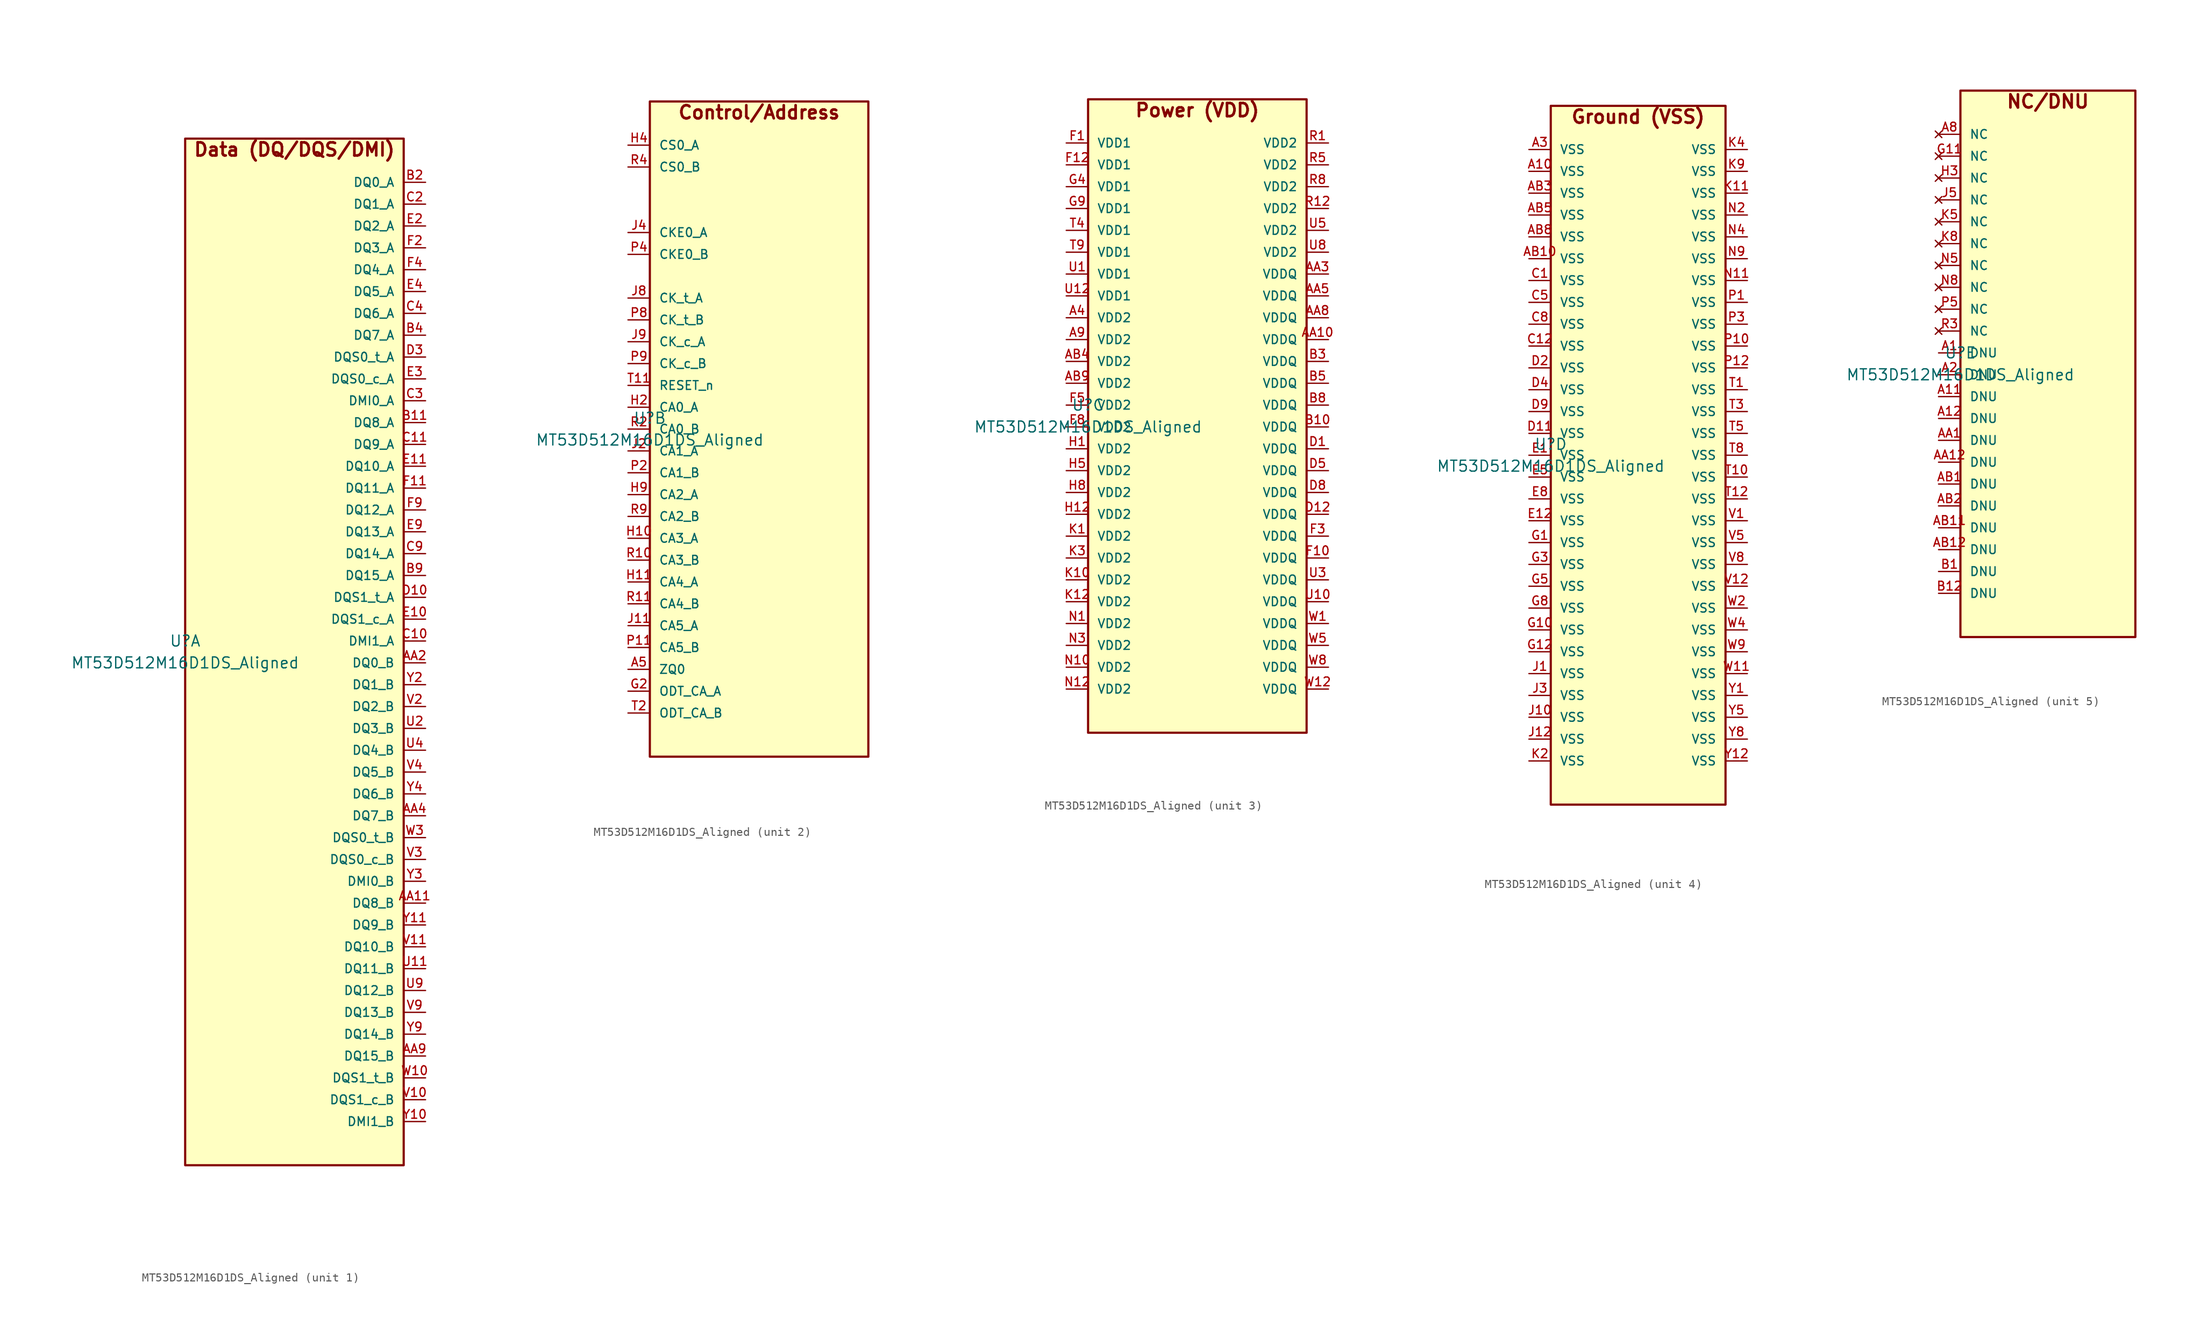
<source format=kicad_sym>
(kicad_symbol_lib
  (version 20231120)
  (generator "kicad_symbol_editor")
  (generator_version "8.0")
  (symbol "MT53D512M16D1DS_Aligned"
    (pin_names
      (offset 1.016))
    (property "Reference" "U"
      (at 0 1.27 0)
      (effects (font (size 1.27 1.27))))
    (property "Value" "MT53D512M16D1DS_Aligned"
      (at 0 -1.27 0)
      (effects (font (size 1.27 1.27))))
    (symbol "MT53D512M16D1DS_Aligned_1_1"
      (rectangle (start 0 59.69) (end 25.40 -59.69) (stroke (width 0.254) (type default)) (fill (type background)))
      (text "Data (DQ/DQS/DMI)" (at 12.70 58.42 0) (effects (font (size 1.524 1.524) bold)))
      (pin bidirectional line (at 27.94 54.61 180) (length 2.54) (name "DQ0_A" (effects (font (size 1.016 1.016)))) (number "B2" (effects (font (size 1.016 1.016)))))
      (pin bidirectional line (at 27.94 52.07 180) (length 2.54) (name "DQ1_A" (effects (font (size 1.016 1.016)))) (number "C2" (effects (font (size 1.016 1.016)))))
      (pin bidirectional line (at 27.94 49.53 180) (length 2.54) (name "DQ2_A" (effects (font (size 1.016 1.016)))) (number "E2" (effects (font (size 1.016 1.016)))))
      (pin bidirectional line (at 27.94 46.99 180) (length 2.54) (name "DQ3_A" (effects (font (size 1.016 1.016)))) (number "F2" (effects (font (size 1.016 1.016)))))
      (pin bidirectional line (at 27.94 44.45 180) (length 2.54) (name "DQ4_A" (effects (font (size 1.016 1.016)))) (number "F4" (effects (font (size 1.016 1.016)))))
      (pin bidirectional line (at 27.94 41.91 180) (length 2.54) (name "DQ5_A" (effects (font (size 1.016 1.016)))) (number "E4" (effects (font (size 1.016 1.016)))))
      (pin bidirectional line (at 27.94 39.37 180) (length 2.54) (name "DQ6_A" (effects (font (size 1.016 1.016)))) (number "C4" (effects (font (size 1.016 1.016)))))
      (pin bidirectional line (at 27.94 36.83 180) (length 2.54) (name "DQ7_A" (effects (font (size 1.016 1.016)))) (number "B4" (effects (font (size 1.016 1.016)))))
      (pin bidirectional line (at 27.94 34.29 180) (length 2.54) (name "DQS0_t_A" (effects (font (size 1.016 1.016)))) (number "D3" (effects (font (size 1.016 1.016)))))
      (pin bidirectional line (at 27.94 31.75 180) (length 2.54) (name "DQS0_c_A" (effects (font (size 1.016 1.016)))) (number "E3" (effects (font (size 1.016 1.016)))))
      (pin bidirectional line (at 27.94 29.21 180) (length 2.54) (name "DMI0_A" (effects (font (size 1.016 1.016)))) (number "C3" (effects (font (size 1.016 1.016)))))
      (pin bidirectional line (at 27.94 26.67 180) (length 2.54) (name "DQ8_A" (effects (font (size 1.016 1.016)))) (number "B11" (effects (font (size 1.016 1.016)))))
      (pin bidirectional line (at 27.94 24.13 180) (length 2.54) (name "DQ9_A" (effects (font (size 1.016 1.016)))) (number "C11" (effects (font (size 1.016 1.016)))))
      (pin bidirectional line (at 27.94 21.59 180) (length 2.54) (name "DQ10_A" (effects (font (size 1.016 1.016)))) (number "E11" (effects (font (size 1.016 1.016)))))
      (pin bidirectional line (at 27.94 19.05 180) (length 2.54) (name "DQ11_A" (effects (font (size 1.016 1.016)))) (number "F11" (effects (font (size 1.016 1.016)))))
      (pin bidirectional line (at 27.94 16.51 180) (length 2.54) (name "DQ12_A" (effects (font (size 1.016 1.016)))) (number "F9" (effects (font (size 1.016 1.016)))))
      (pin bidirectional line (at 27.94 13.97 180) (length 2.54) (name "DQ13_A" (effects (font (size 1.016 1.016)))) (number "E9" (effects (font (size 1.016 1.016)))))
      (pin bidirectional line (at 27.94 11.43 180) (length 2.54) (name "DQ14_A" (effects (font (size 1.016 1.016)))) (number "C9" (effects (font (size 1.016 1.016)))))
      (pin bidirectional line (at 27.94 8.89 180) (length 2.54) (name "DQ15_A" (effects (font (size 1.016 1.016)))) (number "B9" (effects (font (size 1.016 1.016)))))
      (pin bidirectional line (at 27.94 6.35 180) (length 2.54) (name "DQS1_t_A" (effects (font (size 1.016 1.016)))) (number "D10" (effects (font (size 1.016 1.016)))))
      (pin bidirectional line (at 27.94 3.81 180) (length 2.54) (name "DQS1_c_A" (effects (font (size 1.016 1.016)))) (number "E10" (effects (font (size 1.016 1.016)))))
      (pin bidirectional line (at 27.94 1.27 180) (length 2.54) (name "DMI1_A" (effects (font (size 1.016 1.016)))) (number "C10" (effects (font (size 1.016 1.016)))))
      (pin bidirectional line (at 27.94 -1.27 180) (length 2.54) (name "DQ0_B" (effects (font (size 1.016 1.016)))) (number "AA2" (effects (font (size 1.016 1.016)))))
      (pin bidirectional line (at 27.94 -3.81 180) (length 2.54) (name "DQ1_B" (effects (font (size 1.016 1.016)))) (number "Y2" (effects (font (size 1.016 1.016)))))
      (pin bidirectional line (at 27.94 -6.35 180) (length 2.54) (name "DQ2_B" (effects (font (size 1.016 1.016)))) (number "V2" (effects (font (size 1.016 1.016)))))
      (pin bidirectional line (at 27.94 -8.89 180) (length 2.54) (name "DQ3_B" (effects (font (size 1.016 1.016)))) (number "U2" (effects (font (size 1.016 1.016)))))
      (pin bidirectional line (at 27.94 -11.43 180) (length 2.54) (name "DQ4_B" (effects (font (size 1.016 1.016)))) (number "U4" (effects (font (size 1.016 1.016)))))
      (pin bidirectional line (at 27.94 -13.97 180) (length 2.54) (name "DQ5_B" (effects (font (size 1.016 1.016)))) (number "V4" (effects (font (size 1.016 1.016)))))
      (pin bidirectional line (at 27.94 -16.51 180) (length 2.54) (name "DQ6_B" (effects (font (size 1.016 1.016)))) (number "Y4" (effects (font (size 1.016 1.016)))))
      (pin bidirectional line (at 27.94 -19.05 180) (length 2.54) (name "DQ7_B" (effects (font (size 1.016 1.016)))) (number "AA4" (effects (font (size 1.016 1.016)))))
      (pin bidirectional line (at 27.94 -21.59 180) (length 2.54) (name "DQS0_t_B" (effects (font (size 1.016 1.016)))) (number "W3" (effects (font (size 1.016 1.016)))))
      (pin bidirectional line (at 27.94 -24.13 180) (length 2.54) (name "DQS0_c_B" (effects (font (size 1.016 1.016)))) (number "V3" (effects (font (size 1.016 1.016)))))
      (pin bidirectional line (at 27.94 -26.67 180) (length 2.54) (name "DMI0_B" (effects (font (size 1.016 1.016)))) (number "Y3" (effects (font (size 1.016 1.016)))))
      (pin bidirectional line (at 27.94 -29.21 180) (length 2.54) (name "DQ8_B" (effects (font (size 1.016 1.016)))) (number "AA11" (effects (font (size 1.016 1.016)))))
      (pin bidirectional line (at 27.94 -31.75 180) (length 2.54) (name "DQ9_B" (effects (font (size 1.016 1.016)))) (number "Y11" (effects (font (size 1.016 1.016)))))
      (pin bidirectional line (at 27.94 -34.29 180) (length 2.54) (name "DQ10_B" (effects (font (size 1.016 1.016)))) (number "V11" (effects (font (size 1.016 1.016)))))
      (pin bidirectional line (at 27.94 -36.83 180) (length 2.54) (name "DQ11_B" (effects (font (size 1.016 1.016)))) (number "U11" (effects (font (size 1.016 1.016)))))
      (pin bidirectional line (at 27.94 -39.37 180) (length 2.54) (name "DQ12_B" (effects (font (size 1.016 1.016)))) (number "U9" (effects (font (size 1.016 1.016)))))
      (pin bidirectional line (at 27.94 -41.91 180) (length 2.54) (name "DQ13_B" (effects (font (size 1.016 1.016)))) (number "V9" (effects (font (size 1.016 1.016)))))
      (pin bidirectional line (at 27.94 -44.45 180) (length 2.54) (name "DQ14_B" (effects (font (size 1.016 1.016)))) (number "Y9" (effects (font (size 1.016 1.016)))))
      (pin bidirectional line (at 27.94 -46.99 180) (length 2.54) (name "DQ15_B" (effects (font (size 1.016 1.016)))) (number "AA9" (effects (font (size 1.016 1.016)))))
      (pin bidirectional line (at 27.94 -49.53 180) (length 2.54) (name "DQS1_t_B" (effects (font (size 1.016 1.016)))) (number "W10" (effects (font (size 1.016 1.016)))))
      (pin bidirectional line (at 27.94 -52.07 180) (length 2.54) (name "DQS1_c_B" (effects (font (size 1.016 1.016)))) (number "V10" (effects (font (size 1.016 1.016)))))
      (pin bidirectional line (at 27.94 -54.61 180) (length 2.54) (name "DMI1_B" (effects (font (size 1.016 1.016)))) (number "Y10" (effects (font (size 1.016 1.016))))))
    (symbol "MT53D512M16D1DS_Aligned_2_1"
      (rectangle (start 0 38.10) (end 25.40 -38.10) (stroke (width 0.254) (type default)) (fill (type background)))
      (text "Control/Address" (at 12.70 36.83 0) (effects (font (size 1.524 1.524) bold)))
      (pin input line (at -2.54 33.02 0) (length 2.54) (name "CS0_A" (effects (font (size 1.016 1.016)))) (number "H4" (effects (font (size 1.016 1.016)))))
      (pin input line (at -2.54 30.48 0) (length 2.54) (name "CS0_B" (effects (font (size 1.016 1.016)))) (number "R4" (effects (font (size 1.016 1.016)))))
      (pin input line (at -2.54 22.86 0) (length 2.54) (name "CKE0_A" (effects (font (size 1.016 1.016)))) (number "J4" (effects (font (size 1.016 1.016)))))
      (pin input line (at -2.54 20.32 0) (length 2.54) (name "CKE0_B" (effects (font (size 1.016 1.016)))) (number "P4" (effects (font (size 1.016 1.016)))))
      (pin input line (at -2.54 15.24 0) (length 2.54) (name "CK_t_A" (effects (font (size 1.016 1.016)))) (number "J8" (effects (font (size 1.016 1.016)))))
      (pin input line (at -2.54 12.70 0) (length 2.54) (name "CK_t_B" (effects (font (size 1.016 1.016)))) (number "P8" (effects (font (size 1.016 1.016)))))
      (pin input line (at -2.54 10.16 0) (length 2.54) (name "CK_c_A" (effects (font (size 1.016 1.016)))) (number "J9" (effects (font (size 1.016 1.016)))))
      (pin input line (at -2.54 7.62 0) (length 2.54) (name "CK_c_B" (effects (font (size 1.016 1.016)))) (number "P9" (effects (font (size 1.016 1.016)))))
      (pin input line (at -2.54 5.08 0) (length 2.54) (name "RESET_n" (effects (font (size 1.016 1.016)))) (number "T11" (effects (font (size 1.016 1.016)))))
      (pin input line (at -2.54 2.54 0) (length 2.54) (name "CA0_A" (effects (font (size 1.016 1.016)))) (number "H2" (effects (font (size 1.016 1.016)))))
      (pin input line (at -2.54 0.00 0) (length 2.54) (name "CA0_B" (effects (font (size 1.016 1.016)))) (number "R2" (effects (font (size 1.016 1.016)))))
      (pin input line (at -2.54 -2.54 0) (length 2.54) (name "CA1_A" (effects (font (size 1.016 1.016)))) (number "J2" (effects (font (size 1.016 1.016)))))
      (pin input line (at -2.54 -5.08 0) (length 2.54) (name "CA1_B" (effects (font (size 1.016 1.016)))) (number "P2" (effects (font (size 1.016 1.016)))))
      (pin input line (at -2.54 -7.62 0) (length 2.54) (name "CA2_A" (effects (font (size 1.016 1.016)))) (number "H9" (effects (font (size 1.016 1.016)))))
      (pin input line (at -2.54 -10.16 0) (length 2.54) (name "CA2_B" (effects (font (size 1.016 1.016)))) (number "R9" (effects (font (size 1.016 1.016)))))
      (pin input line (at -2.54 -12.70 0) (length 2.54) (name "CA3_A" (effects (font (size 1.016 1.016)))) (number "H10" (effects (font (size 1.016 1.016)))))
      (pin input line (at -2.54 -15.24 0) (length 2.54) (name "CA3_B" (effects (font (size 1.016 1.016)))) (number "R10" (effects (font (size 1.016 1.016)))))
      (pin input line (at -2.54 -17.78 0) (length 2.54) (name "CA4_A" (effects (font (size 1.016 1.016)))) (number "H11" (effects (font (size 1.016 1.016)))))
      (pin input line (at -2.54 -20.32 0) (length 2.54) (name "CA4_B" (effects (font (size 1.016 1.016)))) (number "R11" (effects (font (size 1.016 1.016)))))
      (pin input line (at -2.54 -22.86 0) (length 2.54) (name "CA5_A" (effects (font (size 1.016 1.016)))) (number "J11" (effects (font (size 1.016 1.016)))))
      (pin input line (at -2.54 -25.40 0) (length 2.54) (name "CA5_B" (effects (font (size 1.016 1.016)))) (number "P11" (effects (font (size 1.016 1.016)))))
      (pin passive line (at -2.54 -27.94 0) (length 2.54) (name "ZQ0" (effects (font (size 1.016 1.016)))) (number "A5" (effects (font (size 1.016 1.016)))))
      (pin input line (at -2.54 -30.48 0) (length 2.54) (name "ODT_CA_A" (effects (font (size 1.016 1.016)))) (number "G2" (effects (font (size 1.016 1.016)))))
      (pin input line (at -2.54 -33.02 0) (length 2.54) (name "ODT_CA_B" (effects (font (size 1.016 1.016)))) (number "T2" (effects (font (size 1.016 1.016))))))
    (symbol "MT53D512M16D1DS_Aligned_3_1"
      (rectangle (start 0 36.83) (end 25.40 -36.83) (stroke (width 0.254) (type default)) (fill (type background)))
      (text "Power (VDD)" (at 12.70 35.56 0) (effects (font (size 1.524 1.524) bold)))
      (pin power_in line (at -2.54 31.75 0) (length 2.54) (name "VDD1" (effects (font (size 1.016 1.016)))) (number "F1" (effects (font (size 1.016 1.016)))))
      (pin power_in line (at -2.54 29.21 0) (length 2.54) (name "VDD1" (effects (font (size 1.016 1.016)))) (number "F12" (effects (font (size 1.016 1.016)))))
      (pin power_in line (at -2.54 26.67 0) (length 2.54) (name "VDD1" (effects (font (size 1.016 1.016)))) (number "G4" (effects (font (size 1.016 1.016)))))
      (pin power_in line (at -2.54 24.13 0) (length 2.54) (name "VDD1" (effects (font (size 1.016 1.016)))) (number "G9" (effects (font (size 1.016 1.016)))))
      (pin power_in line (at -2.54 21.59 0) (length 2.54) (name "VDD1" (effects (font (size 1.016 1.016)))) (number "T4" (effects (font (size 1.016 1.016)))))
      (pin power_in line (at -2.54 19.05 0) (length 2.54) (name "VDD1" (effects (font (size 1.016 1.016)))) (number "T9" (effects (font (size 1.016 1.016)))))
      (pin power_in line (at -2.54 16.51 0) (length 2.54) (name "VDD1" (effects (font (size 1.016 1.016)))) (number "U1" (effects (font (size 1.016 1.016)))))
      (pin power_in line (at -2.54 13.97 0) (length 2.54) (name "VDD1" (effects (font (size 1.016 1.016)))) (number "U12" (effects (font (size 1.016 1.016)))))
      (pin power_in line (at -2.54 11.43 0) (length 2.54) (name "VDD2" (effects (font (size 1.016 1.016)))) (number "A4" (effects (font (size 1.016 1.016)))))
      (pin power_in line (at -2.54 8.89 0) (length 2.54) (name "VDD2" (effects (font (size 1.016 1.016)))) (number "A9" (effects (font (size 1.016 1.016)))))
      (pin power_in line (at -2.54 6.35 0) (length 2.54) (name "VDD2" (effects (font (size 1.016 1.016)))) (number "AB4" (effects (font (size 1.016 1.016)))))
      (pin power_in line (at -2.54 3.81 0) (length 2.54) (name "VDD2" (effects (font (size 1.016 1.016)))) (number "AB9" (effects (font (size 1.016 1.016)))))
      (pin power_in line (at -2.54 1.27 0) (length 2.54) (name "VDD2" (effects (font (size 1.016 1.016)))) (number "F5" (effects (font (size 1.016 1.016)))))
      (pin power_in line (at -2.54 -1.27 0) (length 2.54) (name "VDD2" (effects (font (size 1.016 1.016)))) (number "F8" (effects (font (size 1.016 1.016)))))
      (pin power_in line (at -2.54 -3.81 0) (length 2.54) (name "VDD2" (effects (font (size 1.016 1.016)))) (number "H1" (effects (font (size 1.016 1.016)))))
      (pin power_in line (at -2.54 -6.35 0) (length 2.54) (name "VDD2" (effects (font (size 1.016 1.016)))) (number "H5" (effects (font (size 1.016 1.016)))))
      (pin power_in line (at -2.54 -8.89 0) (length 2.54) (name "VDD2" (effects (font (size 1.016 1.016)))) (number "H8" (effects (font (size 1.016 1.016)))))
      (pin power_in line (at -2.54 -11.43 0) (length 2.54) (name "VDD2" (effects (font (size 1.016 1.016)))) (number "H12" (effects (font (size 1.016 1.016)))))
      (pin power_in line (at -2.54 -13.97 0) (length 2.54) (name "VDD2" (effects (font (size 1.016 1.016)))) (number "K1" (effects (font (size 1.016 1.016)))))
      (pin power_in line (at -2.54 -16.51 0) (length 2.54) (name "VDD2" (effects (font (size 1.016 1.016)))) (number "K3" (effects (font (size 1.016 1.016)))))
      (pin power_in line (at -2.54 -19.05 0) (length 2.54) (name "VDD2" (effects (font (size 1.016 1.016)))) (number "K10" (effects (font (size 1.016 1.016)))))
      (pin power_in line (at -2.54 -21.59 0) (length 2.54) (name "VDD2" (effects (font (size 1.016 1.016)))) (number "K12" (effects (font (size 1.016 1.016)))))
      (pin power_in line (at -2.54 -24.13 0) (length 2.54) (name "VDD2" (effects (font (size 1.016 1.016)))) (number "N1" (effects (font (size 1.016 1.016)))))
      (pin power_in line (at -2.54 -26.67 0) (length 2.54) (name "VDD2" (effects (font (size 1.016 1.016)))) (number "N3" (effects (font (size 1.016 1.016)))))
      (pin power_in line (at -2.54 -29.21 0) (length 2.54) (name "VDD2" (effects (font (size 1.016 1.016)))) (number "N10" (effects (font (size 1.016 1.016)))))
      (pin power_in line (at -2.54 -31.75 0) (length 2.54) (name "VDD2" (effects (font (size 1.016 1.016)))) (number "N12" (effects (font (size 1.016 1.016)))))
      (pin power_in line (at 27.94 31.75 180) (length 2.54) (name "VDD2" (effects (font (size 1.016 1.016)))) (number "R1" (effects (font (size 1.016 1.016)))))
      (pin power_in line (at 27.94 29.21 180) (length 2.54) (name "VDD2" (effects (font (size 1.016 1.016)))) (number "R5" (effects (font (size 1.016 1.016)))))
      (pin power_in line (at 27.94 26.67 180) (length 2.54) (name "VDD2" (effects (font (size 1.016 1.016)))) (number "R8" (effects (font (size 1.016 1.016)))))
      (pin power_in line (at 27.94 24.13 180) (length 2.54) (name "VDD2" (effects (font (size 1.016 1.016)))) (number "R12" (effects (font (size 1.016 1.016)))))
      (pin power_in line (at 27.94 21.59 180) (length 2.54) (name "VDD2" (effects (font (size 1.016 1.016)))) (number "U5" (effects (font (size 1.016 1.016)))))
      (pin power_in line (at 27.94 19.05 180) (length 2.54) (name "VDD2" (effects (font (size 1.016 1.016)))) (number "U8" (effects (font (size 1.016 1.016)))))
      (pin power_in line (at 27.94 16.51 180) (length 2.54) (name "VDDQ" (effects (font (size 1.016 1.016)))) (number "AA3" (effects (font (size 1.016 1.016)))))
      (pin power_in line (at 27.94 13.97 180) (length 2.54) (name "VDDQ" (effects (font (size 1.016 1.016)))) (number "AA5" (effects (font (size 1.016 1.016)))))
      (pin power_in line (at 27.94 11.43 180) (length 2.54) (name "VDDQ" (effects (font (size 1.016 1.016)))) (number "AA8" (effects (font (size 1.016 1.016)))))
      (pin power_in line (at 27.94 8.89 180) (length 2.54) (name "VDDQ" (effects (font (size 1.016 1.016)))) (number "AA10" (effects (font (size 1.016 1.016)))))
      (pin power_in line (at 27.94 6.35 180) (length 2.54) (name "VDDQ" (effects (font (size 1.016 1.016)))) (number "B3" (effects (font (size 1.016 1.016)))))
      (pin power_in line (at 27.94 3.81 180) (length 2.54) (name "VDDQ" (effects (font (size 1.016 1.016)))) (number "B5" (effects (font (size 1.016 1.016)))))
      (pin power_in line (at 27.94 1.27 180) (length 2.54) (name "VDDQ" (effects (font (size 1.016 1.016)))) (number "B8" (effects (font (size 1.016 1.016)))))
      (pin power_in line (at 27.94 -1.27 180) (length 2.54) (name "VDDQ" (effects (font (size 1.016 1.016)))) (number "B10" (effects (font (size 1.016 1.016)))))
      (pin power_in line (at 27.94 -3.81 180) (length 2.54) (name "VDDQ" (effects (font (size 1.016 1.016)))) (number "D1" (effects (font (size 1.016 1.016)))))
      (pin power_in line (at 27.94 -6.35 180) (length 2.54) (name "VDDQ" (effects (font (size 1.016 1.016)))) (number "D5" (effects (font (size 1.016 1.016)))))
      (pin power_in line (at 27.94 -8.89 180) (length 2.54) (name "VDDQ" (effects (font (size 1.016 1.016)))) (number "D8" (effects (font (size 1.016 1.016)))))
      (pin power_in line (at 27.94 -11.43 180) (length 2.54) (name "VDDQ" (effects (font (size 1.016 1.016)))) (number "D12" (effects (font (size 1.016 1.016)))))
      (pin power_in line (at 27.94 -13.97 180) (length 2.54) (name "VDDQ" (effects (font (size 1.016 1.016)))) (number "F3" (effects (font (size 1.016 1.016)))))
      (pin power_in line (at 27.94 -16.51 180) (length 2.54) (name "VDDQ" (effects (font (size 1.016 1.016)))) (number "F10" (effects (font (size 1.016 1.016)))))
      (pin power_in line (at 27.94 -19.05 180) (length 2.54) (name "VDDQ" (effects (font (size 1.016 1.016)))) (number "U3" (effects (font (size 1.016 1.016)))))
      (pin power_in line (at 27.94 -21.59 180) (length 2.54) (name "VDDQ" (effects (font (size 1.016 1.016)))) (number "U10" (effects (font (size 1.016 1.016)))))
      (pin power_in line (at 27.94 -24.13 180) (length 2.54) (name "VDDQ" (effects (font (size 1.016 1.016)))) (number "W1" (effects (font (size 1.016 1.016)))))
      (pin power_in line (at 27.94 -26.67 180) (length 2.54) (name "VDDQ" (effects (font (size 1.016 1.016)))) (number "W5" (effects (font (size 1.016 1.016)))))
      (pin power_in line (at 27.94 -29.21 180) (length 2.54) (name "VDDQ" (effects (font (size 1.016 1.016)))) (number "W8" (effects (font (size 1.016 1.016)))))
      (pin power_in line (at 27.94 -31.75 180) (length 2.54) (name "VDDQ" (effects (font (size 1.016 1.016)))) (number "W12" (effects (font (size 1.016 1.016))))))
    (symbol "MT53D512M16D1DS_Aligned_4_1"
      (rectangle (start 0 40.64) (end 20.32 -40.64) (stroke (width 0.254) (type default)) (fill (type background)))
      (text "Ground (VSS)" (at 10.16 39.37 0) (effects (font (size 1.524 1.524) bold)))
      (pin power_in line (at -2.54 35.56 0) (length 2.54) (name "VSS" (effects (font (size 1.016 1.016)))) (number "A3" (effects (font (size 1.016 1.016)))))
      (pin power_in line (at -2.54 33.02 0) (length 2.54) (name "VSS" (effects (font (size 1.016 1.016)))) (number "A10" (effects (font (size 1.016 1.016)))))
      (pin power_in line (at -2.54 30.48 0) (length 2.54) (name "VSS" (effects (font (size 1.016 1.016)))) (number "AB3" (effects (font (size 1.016 1.016)))))
      (pin power_in line (at -2.54 27.94 0) (length 2.54) (name "VSS" (effects (font (size 1.016 1.016)))) (number "AB5" (effects (font (size 1.016 1.016)))))
      (pin power_in line (at -2.54 25.40 0) (length 2.54) (name "VSS" (effects (font (size 1.016 1.016)))) (number "AB8" (effects (font (size 1.016 1.016)))))
      (pin power_in line (at -2.54 22.86 0) (length 2.54) (name "VSS" (effects (font (size 1.016 1.016)))) (number "AB10" (effects (font (size 1.016 1.016)))))
      (pin power_in line (at -2.54 20.32 0) (length 2.54) (name "VSS" (effects (font (size 1.016 1.016)))) (number "C1" (effects (font (size 1.016 1.016)))))
      (pin power_in line (at -2.54 17.78 0) (length 2.54) (name "VSS" (effects (font (size 1.016 1.016)))) (number "C5" (effects (font (size 1.016 1.016)))))
      (pin power_in line (at -2.54 15.24 0) (length 2.54) (name "VSS" (effects (font (size 1.016 1.016)))) (number "C8" (effects (font (size 1.016 1.016)))))
      (pin power_in line (at -2.54 12.70 0) (length 2.54) (name "VSS" (effects (font (size 1.016 1.016)))) (number "C12" (effects (font (size 1.016 1.016)))))
      (pin power_in line (at -2.54 10.16 0) (length 2.54) (name "VSS" (effects (font (size 1.016 1.016)))) (number "D2" (effects (font (size 1.016 1.016)))))
      (pin power_in line (at -2.54 7.62 0) (length 2.54) (name "VSS" (effects (font (size 1.016 1.016)))) (number "D4" (effects (font (size 1.016 1.016)))))
      (pin power_in line (at -2.54 5.08 0) (length 2.54) (name "VSS" (effects (font (size 1.016 1.016)))) (number "D9" (effects (font (size 1.016 1.016)))))
      (pin power_in line (at -2.54 2.54 0) (length 2.54) (name "VSS" (effects (font (size 1.016 1.016)))) (number "D11" (effects (font (size 1.016 1.016)))))
      (pin power_in line (at -2.54 0.00 0) (length 2.54) (name "VSS" (effects (font (size 1.016 1.016)))) (number "E1" (effects (font (size 1.016 1.016)))))
      (pin power_in line (at -2.54 -2.54 0) (length 2.54) (name "VSS" (effects (font (size 1.016 1.016)))) (number "E5" (effects (font (size 1.016 1.016)))))
      (pin power_in line (at -2.54 -5.08 0) (length 2.54) (name "VSS" (effects (font (size 1.016 1.016)))) (number "E8" (effects (font (size 1.016 1.016)))))
      (pin power_in line (at -2.54 -7.62 0) (length 2.54) (name "VSS" (effects (font (size 1.016 1.016)))) (number "E12" (effects (font (size 1.016 1.016)))))
      (pin power_in line (at -2.54 -10.16 0) (length 2.54) (name "VSS" (effects (font (size 1.016 1.016)))) (number "G1" (effects (font (size 1.016 1.016)))))
      (pin power_in line (at -2.54 -12.70 0) (length 2.54) (name "VSS" (effects (font (size 1.016 1.016)))) (number "G3" (effects (font (size 1.016 1.016)))))
      (pin power_in line (at -2.54 -15.24 0) (length 2.54) (name "VSS" (effects (font (size 1.016 1.016)))) (number "G5" (effects (font (size 1.016 1.016)))))
      (pin power_in line (at -2.54 -17.78 0) (length 2.54) (name "VSS" (effects (font (size 1.016 1.016)))) (number "G8" (effects (font (size 1.016 1.016)))))
      (pin power_in line (at -2.54 -20.32 0) (length 2.54) (name "VSS" (effects (font (size 1.016 1.016)))) (number "G10" (effects (font (size 1.016 1.016)))))
      (pin power_in line (at -2.54 -22.86 0) (length 2.54) (name "VSS" (effects (font (size 1.016 1.016)))) (number "G12" (effects (font (size 1.016 1.016)))))
      (pin power_in line (at -2.54 -25.40 0) (length 2.54) (name "VSS" (effects (font (size 1.016 1.016)))) (number "J1" (effects (font (size 1.016 1.016)))))
      (pin power_in line (at -2.54 -27.94 0) (length 2.54) (name "VSS" (effects (font (size 1.016 1.016)))) (number "J3" (effects (font (size 1.016 1.016)))))
      (pin power_in line (at -2.54 -30.48 0) (length 2.54) (name "VSS" (effects (font (size 1.016 1.016)))) (number "J10" (effects (font (size 1.016 1.016)))))
      (pin power_in line (at -2.54 -33.02 0) (length 2.54) (name "VSS" (effects (font (size 1.016 1.016)))) (number "J12" (effects (font (size 1.016 1.016)))))
      (pin power_in line (at -2.54 -35.56 0) (length 2.54) (name "VSS" (effects (font (size 1.016 1.016)))) (number "K2" (effects (font (size 1.016 1.016)))))
      (pin power_in line (at 22.86 35.56 180) (length 2.54) (name "VSS" (effects (font (size 1.016 1.016)))) (number "K4" (effects (font (size 1.016 1.016)))))
      (pin power_in line (at 22.86 33.02 180) (length 2.54) (name "VSS" (effects (font (size 1.016 1.016)))) (number "K9" (effects (font (size 1.016 1.016)))))
      (pin power_in line (at 22.86 30.48 180) (length 2.54) (name "VSS" (effects (font (size 1.016 1.016)))) (number "K11" (effects (font (size 1.016 1.016)))))
      (pin power_in line (at 22.86 27.94 180) (length 2.54) (name "VSS" (effects (font (size 1.016 1.016)))) (number "N2" (effects (font (size 1.016 1.016)))))
      (pin power_in line (at 22.86 25.40 180) (length 2.54) (name "VSS" (effects (font (size 1.016 1.016)))) (number "N4" (effects (font (size 1.016 1.016)))))
      (pin power_in line (at 22.86 22.86 180) (length 2.54) (name "VSS" (effects (font (size 1.016 1.016)))) (number "N9" (effects (font (size 1.016 1.016)))))
      (pin power_in line (at 22.86 20.32 180) (length 2.54) (name "VSS" (effects (font (size 1.016 1.016)))) (number "N11" (effects (font (size 1.016 1.016)))))
      (pin power_in line (at 22.86 17.78 180) (length 2.54) (name "VSS" (effects (font (size 1.016 1.016)))) (number "P1" (effects (font (size 1.016 1.016)))))
      (pin power_in line (at 22.86 15.24 180) (length 2.54) (name "VSS" (effects (font (size 1.016 1.016)))) (number "P3" (effects (font (size 1.016 1.016)))))
      (pin power_in line (at 22.86 12.70 180) (length 2.54) (name "VSS" (effects (font (size 1.016 1.016)))) (number "P10" (effects (font (size 1.016 1.016)))))
      (pin power_in line (at 22.86 10.16 180) (length 2.54) (name "VSS" (effects (font (size 1.016 1.016)))) (number "P12" (effects (font (size 1.016 1.016)))))
      (pin power_in line (at 22.86 7.62 180) (length 2.54) (name "VSS" (effects (font (size 1.016 1.016)))) (number "T1" (effects (font (size 1.016 1.016)))))
      (pin power_in line (at 22.86 5.08 180) (length 2.54) (name "VSS" (effects (font (size 1.016 1.016)))) (number "T3" (effects (font (size 1.016 1.016)))))
      (pin power_in line (at 22.86 2.54 180) (length 2.54) (name "VSS" (effects (font (size 1.016 1.016)))) (number "T5" (effects (font (size 1.016 1.016)))))
      (pin power_in line (at 22.86 0.00 180) (length 2.54) (name "VSS" (effects (font (size 1.016 1.016)))) (number "T8" (effects (font (size 1.016 1.016)))))
      (pin power_in line (at 22.86 -2.54 180) (length 2.54) (name "VSS" (effects (font (size 1.016 1.016)))) (number "T10" (effects (font (size 1.016 1.016)))))
      (pin power_in line (at 22.86 -5.08 180) (length 2.54) (name "VSS" (effects (font (size 1.016 1.016)))) (number "T12" (effects (font (size 1.016 1.016)))))
      (pin power_in line (at 22.86 -7.62 180) (length 2.54) (name "VSS" (effects (font (size 1.016 1.016)))) (number "V1" (effects (font (size 1.016 1.016)))))
      (pin power_in line (at 22.86 -10.16 180) (length 2.54) (name "VSS" (effects (font (size 1.016 1.016)))) (number "V5" (effects (font (size 1.016 1.016)))))
      (pin power_in line (at 22.86 -12.70 180) (length 2.54) (name "VSS" (effects (font (size 1.016 1.016)))) (number "V8" (effects (font (size 1.016 1.016)))))
      (pin power_in line (at 22.86 -15.24 180) (length 2.54) (name "VSS" (effects (font (size 1.016 1.016)))) (number "V12" (effects (font (size 1.016 1.016)))))
      (pin power_in line (at 22.86 -17.78 180) (length 2.54) (name "VSS" (effects (font (size 1.016 1.016)))) (number "W2" (effects (font (size 1.016 1.016)))))
      (pin power_in line (at 22.86 -20.32 180) (length 2.54) (name "VSS" (effects (font (size 1.016 1.016)))) (number "W4" (effects (font (size 1.016 1.016)))))
      (pin power_in line (at 22.86 -22.86 180) (length 2.54) (name "VSS" (effects (font (size 1.016 1.016)))) (number "W9" (effects (font (size 1.016 1.016)))))
      (pin power_in line (at 22.86 -25.40 180) (length 2.54) (name "VSS" (effects (font (size 1.016 1.016)))) (number "W11" (effects (font (size 1.016 1.016)))))
      (pin power_in line (at 22.86 -27.94 180) (length 2.54) (name "VSS" (effects (font (size 1.016 1.016)))) (number "Y1" (effects (font (size 1.016 1.016)))))
      (pin power_in line (at 22.86 -30.48 180) (length 2.54) (name "VSS" (effects (font (size 1.016 1.016)))) (number "Y5" (effects (font (size 1.016 1.016)))))
      (pin power_in line (at 22.86 -33.02 180) (length 2.54) (name "VSS" (effects (font (size 1.016 1.016)))) (number "Y8" (effects (font (size 1.016 1.016)))))
      (pin power_in line (at 22.86 -35.56 180) (length 2.54) (name "VSS" (effects (font (size 1.016 1.016)))) (number "Y12" (effects (font (size 1.016 1.016))))))
    (symbol "MT53D512M16D1DS_Aligned_5_1"
      (rectangle (start 0 31.75) (end 20.32 -31.75) (stroke (width 0.254) (type default)) (fill (type background)))
      (text "NC/DNU" (at 10.16 30.48 0) (effects (font (size 1.524 1.524) bold)))
      (pin no_connect line (at -2.54 26.67 0) (length 2.54) (name "NC" (effects (font (size 1.016 1.016)))) (number "A8" (effects (font (size 1.016 1.016)))))
      (pin no_connect line (at -2.54 24.13 0) (length 2.54) (name "NC" (effects (font (size 1.016 1.016)))) (number "G11" (effects (font (size 1.016 1.016)))))
      (pin no_connect line (at -2.54 21.59 0) (length 2.54) (name "NC" (effects (font (size 1.016 1.016)))) (number "H3" (effects (font (size 1.016 1.016)))))
      (pin no_connect line (at -2.54 19.05 0) (length 2.54) (name "NC" (effects (font (size 1.016 1.016)))) (number "J5" (effects (font (size 1.016 1.016)))))
      (pin no_connect line (at -2.54 16.51 0) (length 2.54) (name "NC" (effects (font (size 1.016 1.016)))) (number "K5" (effects (font (size 1.016 1.016)))))
      (pin no_connect line (at -2.54 13.97 0) (length 2.54) (name "NC" (effects (font (size 1.016 1.016)))) (number "K8" (effects (font (size 1.016 1.016)))))
      (pin no_connect line (at -2.54 11.43 0) (length 2.54) (name "NC" (effects (font (size 1.016 1.016)))) (number "N5" (effects (font (size 1.016 1.016)))))
      (pin no_connect line (at -2.54 8.89 0) (length 2.54) (name "NC" (effects (font (size 1.016 1.016)))) (number "N8" (effects (font (size 1.016 1.016)))))
      (pin no_connect line (at -2.54 6.35 0) (length 2.54) (name "NC" (effects (font (size 1.016 1.016)))) (number "P5" (effects (font (size 1.016 1.016)))))
      (pin no_connect line (at -2.54 3.81 0) (length 2.54) (name "NC" (effects (font (size 1.016 1.016)))) (number "R3" (effects (font (size 1.016 1.016)))))
      (pin passive line (at -2.54 1.27 0) (length 2.54) (name "DNU" (effects (font (size 1.016 1.016)))) (number "A1" (effects (font (size 1.016 1.016)))))
      (pin passive line (at -2.54 -1.27 0) (length 2.54) (name "DNU" (effects (font (size 1.016 1.016)))) (number "A2" (effects (font (size 1.016 1.016)))))
      (pin passive line (at -2.54 -3.81 0) (length 2.54) (name "DNU" (effects (font (size 1.016 1.016)))) (number "A11" (effects (font (size 1.016 1.016)))))
      (pin passive line (at -2.54 -6.35 0) (length 2.54) (name "DNU" (effects (font (size 1.016 1.016)))) (number "A12" (effects (font (size 1.016 1.016)))))
      (pin passive line (at -2.54 -8.89 0) (length 2.54) (name "DNU" (effects (font (size 1.016 1.016)))) (number "AA1" (effects (font (size 1.016 1.016)))))
      (pin passive line (at -2.54 -11.43 0) (length 2.54) (name "DNU" (effects (font (size 1.016 1.016)))) (number "AA12" (effects (font (size 1.016 1.016)))))
      (pin passive line (at -2.54 -13.97 0) (length 2.54) (name "DNU" (effects (font (size 1.016 1.016)))) (number "AB1" (effects (font (size 1.016 1.016)))))
      (pin passive line (at -2.54 -16.51 0) (length 2.54) (name "DNU" (effects (font (size 1.016 1.016)))) (number "AB2" (effects (font (size 1.016 1.016)))))
      (pin passive line (at -2.54 -19.05 0) (length 2.54) (name "DNU" (effects (font (size 1.016 1.016)))) (number "AB11" (effects (font (size 1.016 1.016)))))
      (pin passive line (at -2.54 -21.59 0) (length 2.54) (name "DNU" (effects (font (size 1.016 1.016)))) (number "AB12" (effects (font (size 1.016 1.016)))))
      (pin passive line (at -2.54 -24.13 0) (length 2.54) (name "DNU" (effects (font (size 1.016 1.016)))) (number "B1" (effects (font (size 1.016 1.016)))))
      (pin passive line (at -2.54 -26.67 0) (length 2.54) (name "DNU" (effects (font (size 1.016 1.016)))) (number "B12" (effects (font (size 1.016 1.016))))))))
</source>
